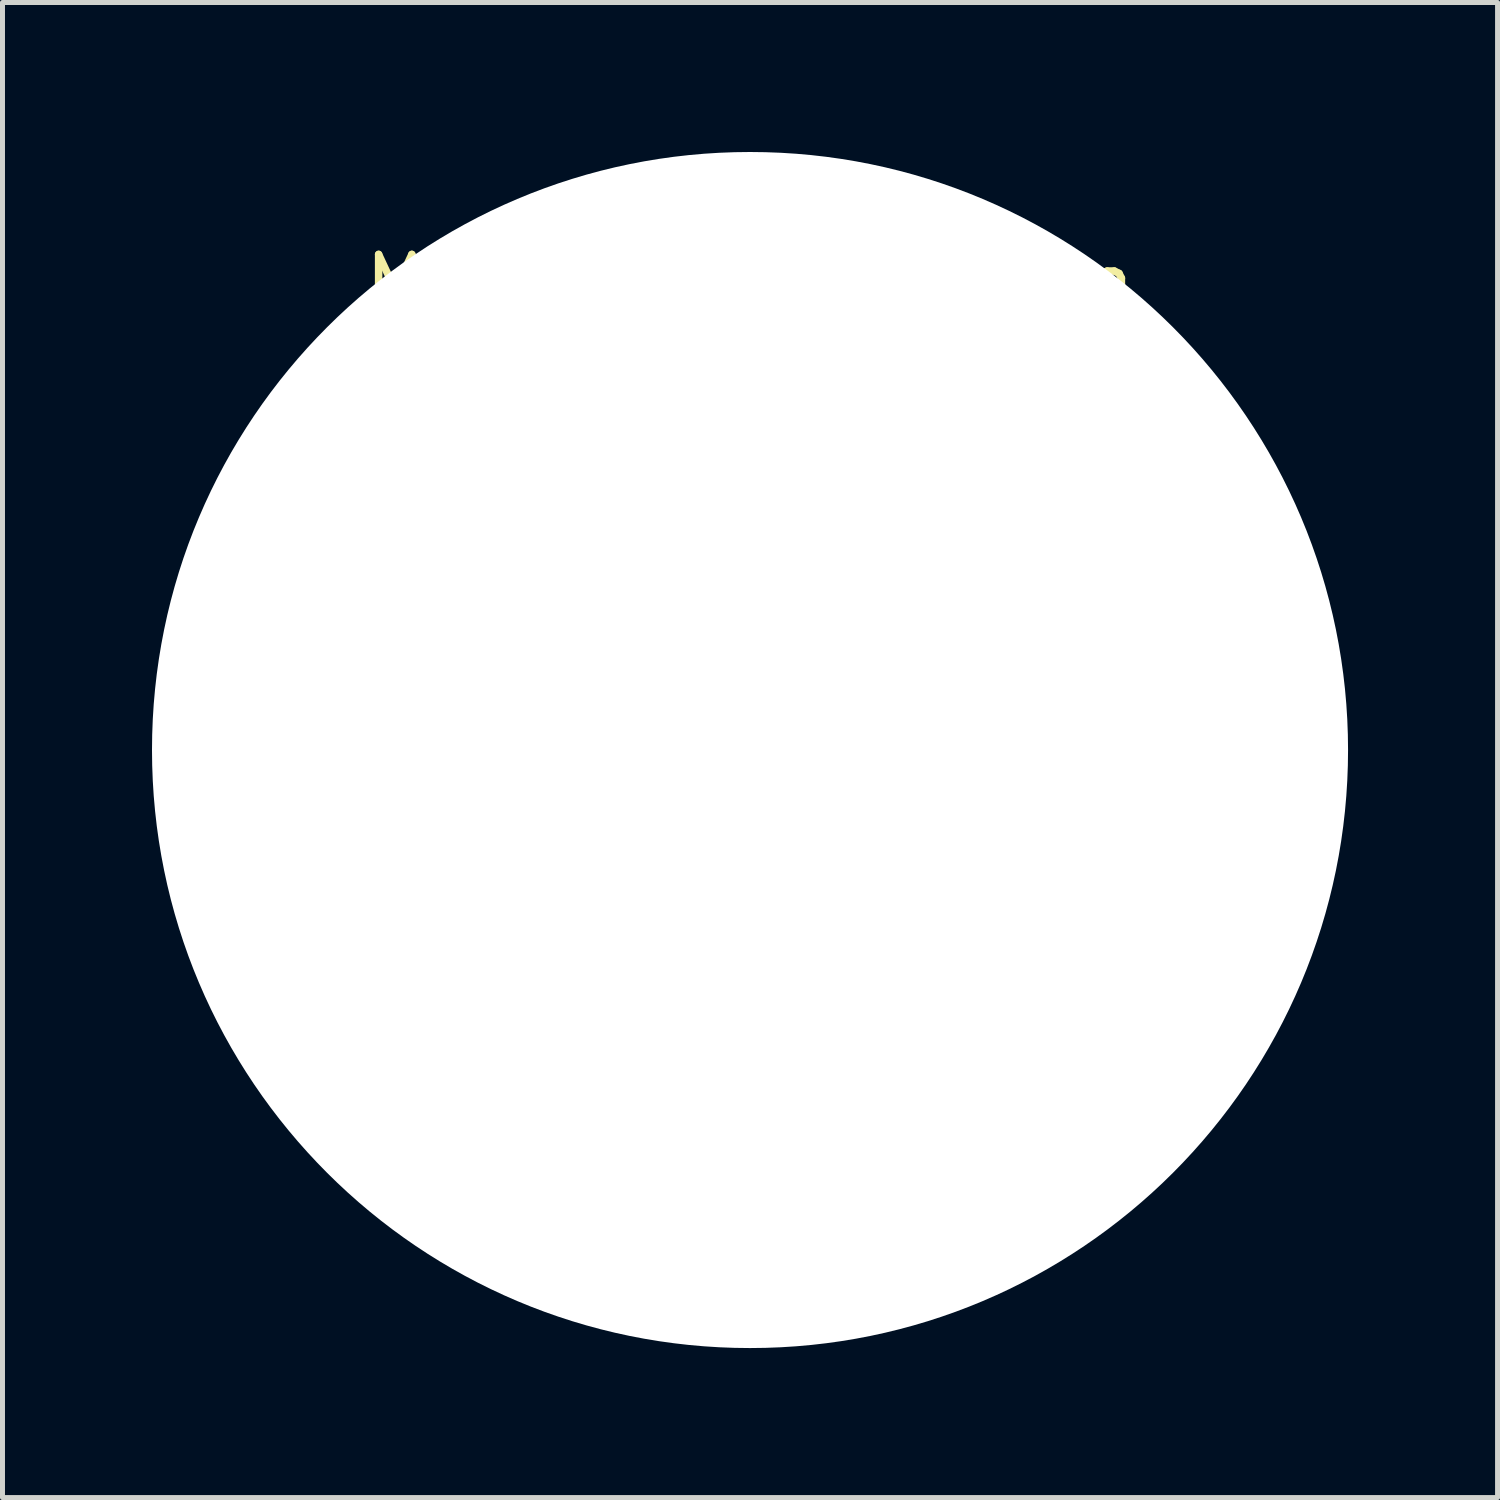
<source format=kicad_pcb>
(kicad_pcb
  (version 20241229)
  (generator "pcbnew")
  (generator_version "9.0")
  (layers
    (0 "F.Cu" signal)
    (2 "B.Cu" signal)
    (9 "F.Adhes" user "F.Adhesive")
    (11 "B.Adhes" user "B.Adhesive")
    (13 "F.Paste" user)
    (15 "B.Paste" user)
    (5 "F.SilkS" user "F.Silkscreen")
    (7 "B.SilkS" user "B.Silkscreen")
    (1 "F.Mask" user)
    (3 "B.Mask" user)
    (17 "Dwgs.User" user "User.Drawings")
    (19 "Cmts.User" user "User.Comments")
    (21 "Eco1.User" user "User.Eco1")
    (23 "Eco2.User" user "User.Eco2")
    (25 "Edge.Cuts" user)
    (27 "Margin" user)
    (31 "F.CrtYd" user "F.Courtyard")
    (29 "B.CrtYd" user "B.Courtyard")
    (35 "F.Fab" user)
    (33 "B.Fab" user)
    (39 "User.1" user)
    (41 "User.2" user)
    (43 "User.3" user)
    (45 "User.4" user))
  (footprint "MountingHole_24mm"
    (layer "F.Cu")
    (at 12 12)
    (property "Reference" "MountingHole_24mm" (at 0 -9.4 0) (layer "F.SilkS") (effects (font (size 1 1) (thickness 0.15))))
    (attr exclude_from_pos_files exclude_from_bom)
    (fp_circle (center 0 0) (end 8.4 0) (stroke (width 0.15) (type solid)) (fill no) (layer "Cmts.User"))
    (fp_circle (center 0 0) (end 8.65 0) (stroke (width 0.05) (type solid)) (fill no) (layer "F.CrtYd"))
    (fp_text user "${REFERENCE}" (at 0.3 0 0) (layer "F.Fab") (effects (font (size 1 1) (thickness 0.15))))
    (pad "" np_thru_hole circle (at 0 0) (size 24 24) (drill 24) (layers "*.Cu" "*.Mask")))
  (gr_rect
    (start -3 -3)
    (end 27 27)
    (stroke (width 0.1) (type default))
    (fill no)
    (layer "Edge.Cuts")))
</source>
